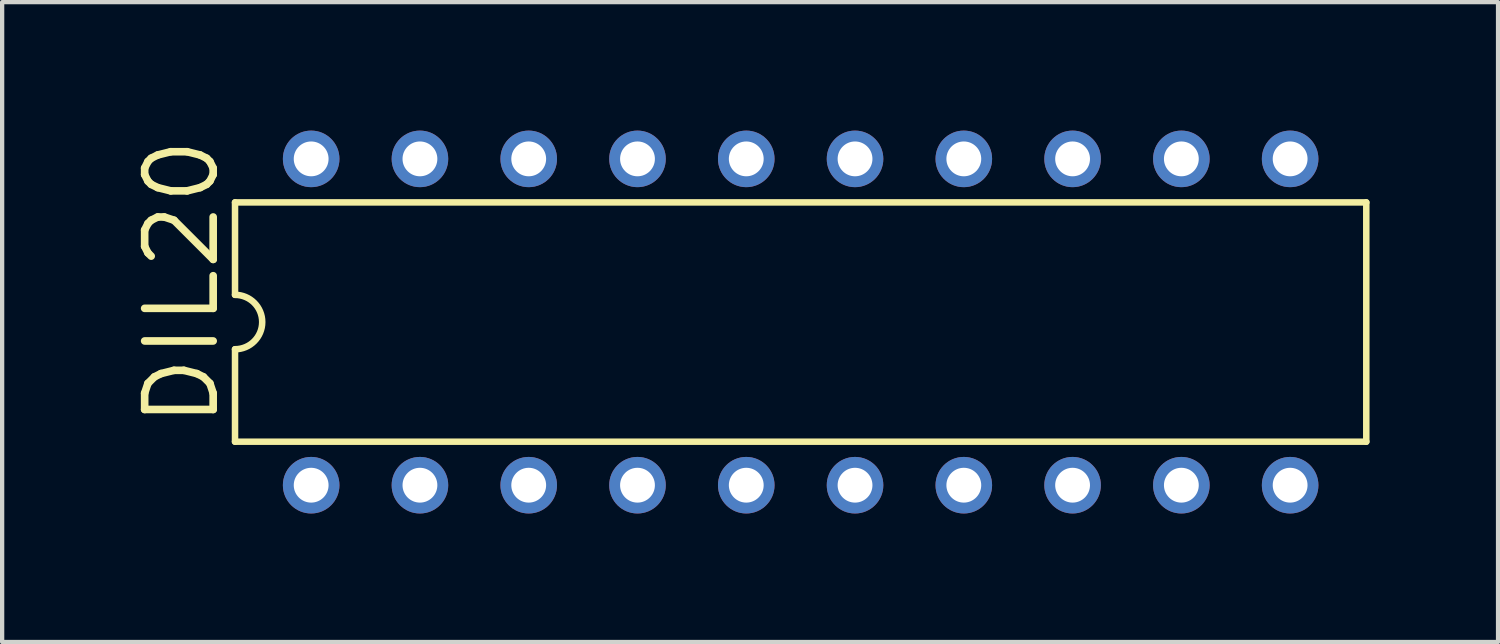
<source format=kicad_pcb>
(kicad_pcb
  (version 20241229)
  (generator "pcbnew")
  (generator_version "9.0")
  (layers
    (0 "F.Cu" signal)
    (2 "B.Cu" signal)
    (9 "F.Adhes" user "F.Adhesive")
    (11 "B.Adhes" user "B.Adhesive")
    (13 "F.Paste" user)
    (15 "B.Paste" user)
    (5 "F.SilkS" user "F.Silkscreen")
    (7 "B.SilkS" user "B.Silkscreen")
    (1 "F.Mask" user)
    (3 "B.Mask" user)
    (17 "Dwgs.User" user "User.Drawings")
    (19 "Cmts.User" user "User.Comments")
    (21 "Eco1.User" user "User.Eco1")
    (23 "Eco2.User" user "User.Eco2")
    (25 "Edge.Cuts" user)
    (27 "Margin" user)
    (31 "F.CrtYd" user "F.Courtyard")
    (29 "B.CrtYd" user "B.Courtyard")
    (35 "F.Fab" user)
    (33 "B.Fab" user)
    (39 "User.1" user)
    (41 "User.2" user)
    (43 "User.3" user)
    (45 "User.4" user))
  (footprint "DIL20"
    (layer "F.Cu")
    (at 15.646 4.47)
    (property "Reference" "DIL20" (at -13.513 2.54 90) (layer "F.SilkS") (effects (font (size 1.6 1.6) (thickness 0.178)) (justify left bottom)))
    (fp_line (start -13.208 -2.794) (end -13.208 -0.635) (stroke (width 0.152) (type solid)) (layer "F.SilkS"))
    (fp_line (start -13.208 -2.794) (end 13.208 -2.794) (stroke (width 0.152) (type solid)) (layer "F.SilkS"))
    (fp_line (start -13.208 0.635) (end -13.208 2.794) (stroke (width 0.152) (type solid)) (layer "F.SilkS"))
    (fp_line (start 13.208 2.794) (end -13.208 2.794) (stroke (width 0.152) (type solid)) (layer "F.SilkS"))
    (fp_line (start 13.208 2.794) (end 13.208 -2.794) (stroke (width 0.152) (type solid)) (layer "F.SilkS"))
    (fp_arc (start -13.208 -0.635) (mid -12.573 0) (end -13.208 0.635) (stroke (width 0.1524) (type solid)) (layer "F.SilkS"))
    (pad "1" thru_hole circle (at -11.43 3.81 90) (size 1.321 1.321) (drill 0.813) (layers "*.Cu" "*.Mask"))
    (pad "2" thru_hole circle (at -8.89 3.81 90) (size 1.321 1.321) (drill 0.813) (layers "*.Cu" "*.Mask"))
    (pad "3" thru_hole circle (at -6.35 3.81 90) (size 1.321 1.321) (drill 0.813) (layers "*.Cu" "*.Mask"))
    (pad "4" thru_hole circle (at -3.81 3.81 90) (size 1.321 1.321) (drill 0.813) (layers "*.Cu" "*.Mask"))
    (pad "5" thru_hole circle (at -1.27 3.81 90) (size 1.321 1.321) (drill 0.813) (layers "*.Cu" "*.Mask"))
    (pad "6" thru_hole circle (at 1.27 3.81 90) (size 1.321 1.321) (drill 0.813) (layers "*.Cu" "*.Mask"))
    (pad "7" thru_hole circle (at 3.81 3.81 90) (size 1.321 1.321) (drill 0.813) (layers "*.Cu" "*.Mask"))
    (pad "8" thru_hole circle (at 6.35 3.81 90) (size 1.321 1.321) (drill 0.813) (layers "*.Cu" "*.Mask"))
    (pad "9" thru_hole circle (at 8.89 3.81 90) (size 1.321 1.321) (drill 0.813) (layers "*.Cu" "*.Mask"))
    (pad "10" thru_hole circle (at 11.43 3.81 90) (size 1.321 1.321) (drill 0.813) (layers "*.Cu" "*.Mask"))
    (pad "11" thru_hole circle (at 11.43 -3.81 90) (size 1.321 1.321) (drill 0.813) (layers "*.Cu" "*.Mask"))
    (pad "12" thru_hole circle (at 8.89 -3.81 90) (size 1.321 1.321) (drill 0.813) (layers "*.Cu" "*.Mask"))
    (pad "13" thru_hole circle (at 6.35 -3.81 90) (size 1.321 1.321) (drill 0.813) (layers "*.Cu" "*.Mask"))
    (pad "14" thru_hole circle (at 3.81 -3.81 90) (size 1.321 1.321) (drill 0.813) (layers "*.Cu" "*.Mask"))
    (pad "15" thru_hole circle (at 1.27 -3.81 90) (size 1.321 1.321) (drill 0.813) (layers "*.Cu" "*.Mask"))
    (pad "16" thru_hole circle (at -1.27 -3.81 90) (size 1.321 1.321) (drill 0.813) (layers "*.Cu" "*.Mask"))
    (pad "17" thru_hole circle (at -3.81 -3.81 90) (size 1.321 1.321) (drill 0.813) (layers "*.Cu" "*.Mask"))
    (pad "18" thru_hole circle (at -6.35 -3.81 90) (size 1.321 1.321) (drill 0.813) (layers "*.Cu" "*.Mask"))
    (pad "19" thru_hole circle (at -8.89 -3.81 90) (size 1.321 1.321) (drill 0.813) (layers "*.Cu" "*.Mask"))
    (pad "20" thru_hole circle (at -11.43 -3.81 90) (size 1.321 1.321) (drill 0.813) (layers "*.Cu" "*.Mask")))
  (gr_rect
    (start -3 -3)
    (end 31.931 11.941)
    (stroke (width 0.1) (type default))
    (fill no)
    (layer "Edge.Cuts")))
</source>
